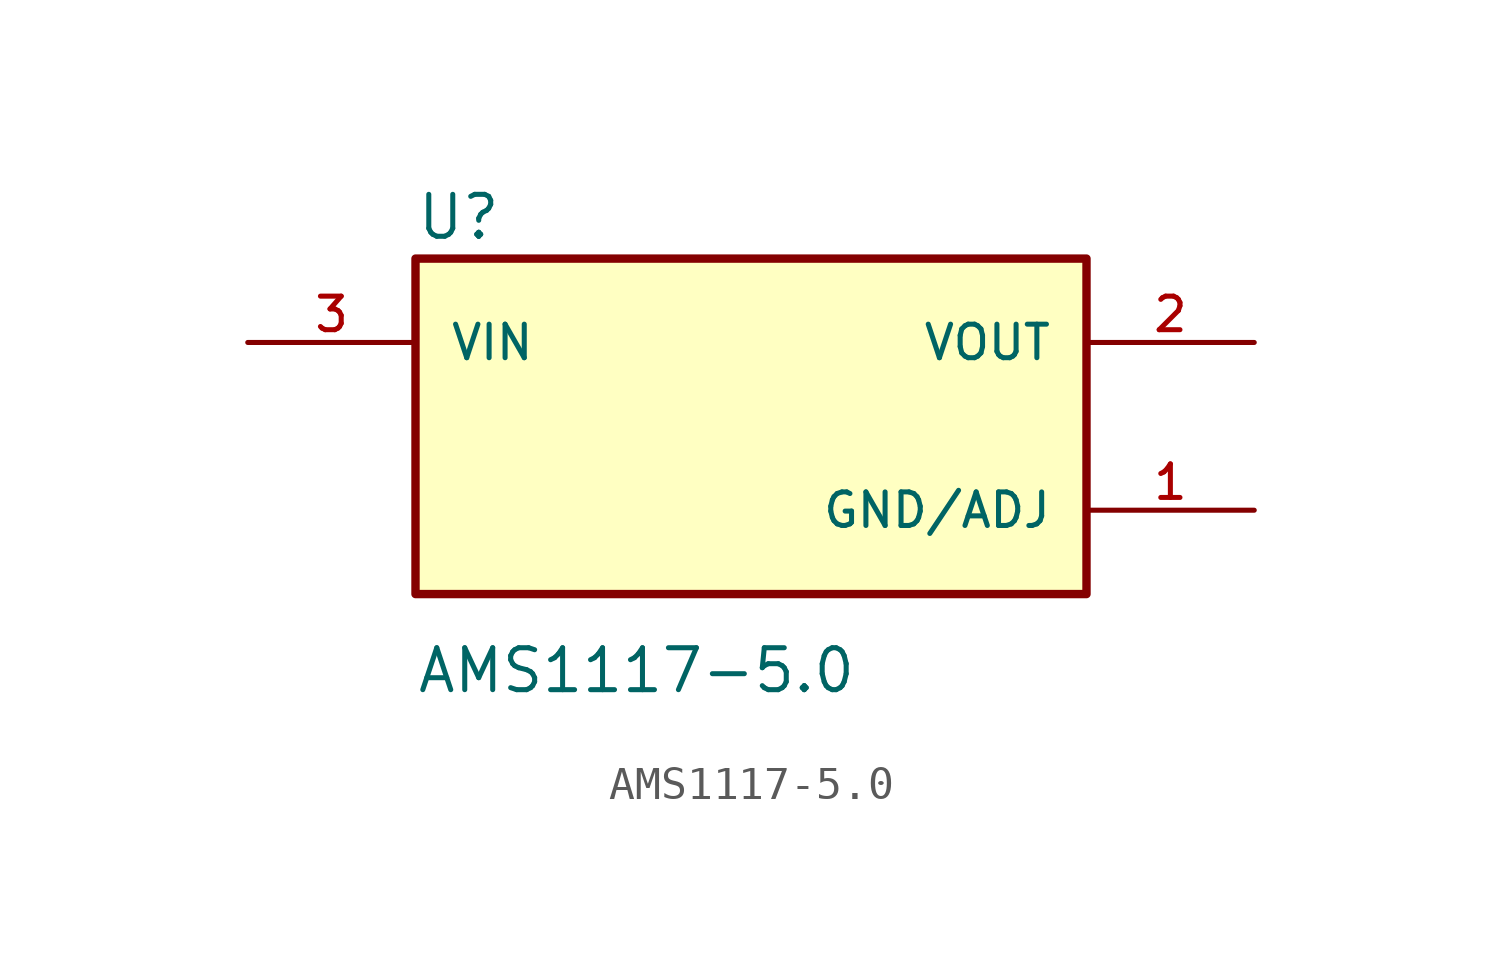
<source format=kicad_sym>
(kicad_symbol_lib
  (version 20211014)
  (generator kicad_symbol_editor)
  (symbol "AMS1117-5.0"
    (pin_names
      (offset 1.016))
    (property "Reference" "U"
      (at -10.16 5.592 0)
      (effects (font (size 1.27 1.27)) (justify bottom left)))
    (property "Value" "AMS1117-5.0"
      (at -10.16 -8.138 0)
      (effects (font (size 1.27 1.27)) (justify bottom left)))
    (symbol "AMS1117-5.0_0_0"
      (rectangle (start -10.16 -5.08) (end 10.16 5.08) (stroke (width 0.254)) (fill (type background)))
      (pin input line (at -15.24 2.54 0) (length 5.08) (name "VIN" (effects (font (size 1.016 1.016)))) (number "3" (effects (font (size 1.016 1.016)))))
      (pin output line (at 15.24 2.54 180.0) (length 5.08) (name "VOUT" (effects (font (size 1.016 1.016)))) (number "2" (effects (font (size 1.016 1.016)))))
      (pin power_in line (at 15.24 -2.54 180.0) (length 5.08) (name "GND/ADJ" (effects (font (size 1.016 1.016)))) (number "1" (effects (font (size 1.016 1.016))))))))
</source>
